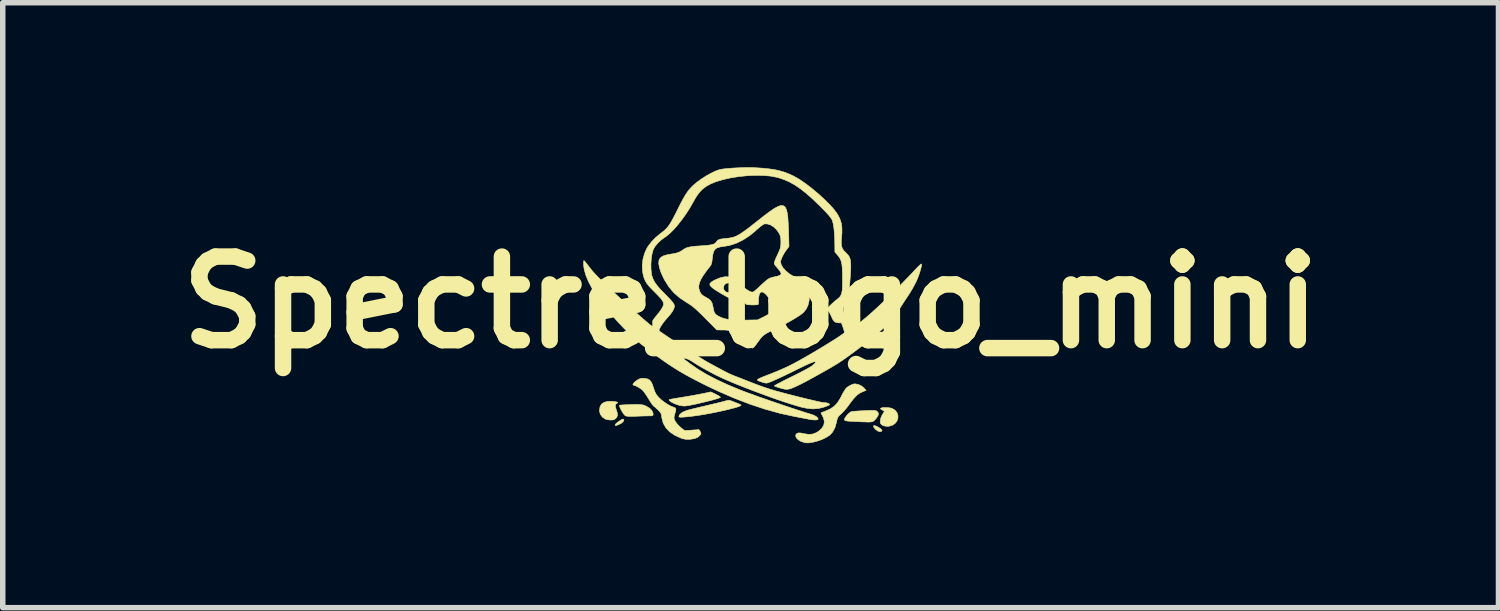
<source format=kicad_pcb>
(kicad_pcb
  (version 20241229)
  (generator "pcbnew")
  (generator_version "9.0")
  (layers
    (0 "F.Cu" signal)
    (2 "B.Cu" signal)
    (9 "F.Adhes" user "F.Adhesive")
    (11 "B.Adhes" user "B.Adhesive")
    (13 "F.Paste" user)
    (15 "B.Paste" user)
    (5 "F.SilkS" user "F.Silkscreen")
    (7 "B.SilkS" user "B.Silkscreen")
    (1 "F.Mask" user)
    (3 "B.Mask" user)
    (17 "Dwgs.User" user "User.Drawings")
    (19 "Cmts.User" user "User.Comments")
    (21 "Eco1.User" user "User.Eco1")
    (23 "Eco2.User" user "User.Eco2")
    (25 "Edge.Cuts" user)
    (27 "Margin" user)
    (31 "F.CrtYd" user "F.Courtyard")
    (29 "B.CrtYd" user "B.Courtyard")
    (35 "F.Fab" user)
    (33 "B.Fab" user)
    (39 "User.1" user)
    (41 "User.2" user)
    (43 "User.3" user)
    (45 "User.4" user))
  (footprint "Spectre_logo_mini"
    (layer "F.Cu")
    (at 10.639 2.464)
    (property "Reference" "Spectre_logo_mini" (at 0 0 0) (layer "F.SilkS") (effects (font (size 1.524 1.524) (thickness 0.3))))
    (attr through_hole)
    (fp_poly (pts (xy -0.346 -0.32) (xy -0.343 -0.305) (xy -0.352 -0.284) (xy -0.371 -0.28) (xy -0.387 -0.292) (xy -0.389 -0.313) (xy -0.372 -0.328) (xy -0.361 -0.33) (xy -0.346 -0.32)) (stroke (width 0.01) (type solid)) (fill yes) (layer "F.SilkS"))
    (fp_poly (pts (xy -2.311 2.145) (xy -2.324 2.176) (xy -2.36 2.207) (xy -2.404 2.228) (xy -2.444 2.244) (xy -2.466 2.246) (xy -2.471 2.237) (xy -2.468 2.228) (xy -2.453 2.21) (xy -2.424 2.185) (xy -2.388 2.16) (xy -2.352 2.138) (xy -2.334 2.13) (xy -2.316 2.13) (xy -2.311 2.145)) (stroke (width 0.01) (type solid)) (fill yes) (layer "F.SilkS"))
    (fp_poly (pts (xy 2.267 2.249) (xy 2.298 2.261) (xy 2.334 2.28) (xy 2.367 2.302) (xy 2.39 2.323) (xy 2.397 2.337) (xy 2.383 2.355) (xy 2.356 2.358) (xy 2.321 2.347) (xy 2.308 2.339) (xy 2.272 2.31) (xy 2.249 2.282) (xy 2.241 2.259) (xy 2.247 2.248) (xy 2.267 2.249)) (stroke (width 0.01) (type solid)) (fill yes) (layer "F.SilkS"))
    (fp_poly (pts (xy -2.48 1.81) (xy -2.443 1.817) (xy -2.425 1.825) (xy -2.428 1.834) (xy -2.435 1.838) (xy -2.461 1.858) (xy -2.467 1.895) (xy -2.454 1.947) (xy -2.451 1.956) (xy -2.432 2.014) (xy -2.428 2.058) (xy -2.439 2.092) (xy -2.457 2.115) (xy -2.484 2.136) (xy -2.518 2.145) (xy -2.549 2.146) (xy -2.595 2.142) (xy -2.637 2.133) (xy -2.649 2.128) (xy -2.703 2.093) (xy -2.74 2.042) (xy -2.756 1.983) (xy -2.756 1.973) (xy -2.747 1.907) (xy -2.72 1.857) (xy -2.673 1.824) (xy -2.608 1.807) (xy -2.533 1.805) (xy -2.48 1.81)) (stroke (width 0.01) (type solid)) (fill yes) (layer "F.SilkS"))
    (fp_poly (pts (xy 2.497 1.92) (xy 2.544 1.925) (xy 2.581 1.935) (xy 2.582 1.935) (xy 2.636 1.969) (xy 2.671 2.014) (xy 2.687 2.064) (xy 2.686 2.116) (xy 2.668 2.166) (xy 2.634 2.209) (xy 2.586 2.241) (xy 2.525 2.259) (xy 2.495 2.261) (xy 2.443 2.256) (xy 2.405 2.241) (xy 2.394 2.233) (xy 2.372 2.212) (xy 2.364 2.19) (xy 2.365 2.154) (xy 2.366 2.15) (xy 2.377 2.104) (xy 2.398 2.056) (xy 2.405 2.045) (xy 2.425 2.014) (xy 2.437 1.993) (xy 2.438 1.988) (xy 2.428 1.979) (xy 2.404 1.964) (xy 2.398 1.961) (xy 2.374 1.946) (xy 2.37 1.935) (xy 2.376 1.929) (xy 2.404 1.921) (xy 2.447 1.918) (xy 2.497 1.92)) (stroke (width 0.01) (type solid)) (fill yes) (layer "F.SilkS"))
    (fp_poly (pts (xy -2.004 1.865) (xy -1.973 1.869) (xy -1.948 1.875) (xy -1.923 1.885) (xy -1.904 1.894) (xy -1.843 1.93) (xy -1.801 1.973) (xy -1.78 2.019) (xy -1.778 2.037) (xy -1.78 2.056) (xy -1.789 2.066) (xy -1.813 2.07) (xy -1.846 2.07) (xy -1.885 2.071) (xy -1.942 2.072) (xy -2.009 2.074) (xy -2.08 2.077) (xy -2.084 2.077) (xy -2.161 2.08) (xy -2.217 2.08) (xy -2.255 2.076) (xy -2.28 2.07) (xy -2.285 2.068) (xy -2.304 2.05) (xy -2.327 2.019) (xy -2.351 1.98) (xy -2.372 1.94) (xy -2.387 1.905) (xy -2.392 1.882) (xy -2.39 1.877) (xy -2.375 1.874) (xy -2.339 1.871) (xy -2.287 1.868) (xy -2.222 1.866) (xy -2.178 1.864) (xy -2.101 1.863) (xy -2.045 1.863) (xy -2.004 1.865)) (stroke (width 0.01) (type solid)) (fill yes) (layer "F.SilkS"))
    (fp_poly (pts (xy -0.636 1.676) (xy -0.594 1.698) (xy -0.564 1.717) (xy -0.55 1.73) (xy -0.55 1.732) (xy -0.564 1.74) (xy -0.598 1.753) (xy -0.65 1.768) (xy -0.714 1.786) (xy -0.788 1.805) (xy -0.866 1.824) (xy -0.945 1.843) (xy -1.021 1.86) (xy -1.09 1.874) (xy -1.148 1.884) (xy -1.191 1.89) (xy -1.209 1.891) (xy -1.252 1.887) (xy -1.296 1.879) (xy -1.345 1.864) (xy -1.394 1.845) (xy -1.437 1.823) (xy -1.469 1.802) (xy -1.486 1.784) (xy -1.485 1.773) (xy -1.471 1.77) (xy -1.436 1.763) (xy -1.385 1.754) (xy -1.319 1.743) (xy -1.245 1.731) (xy -1.238 1.73) (xy -1.151 1.715) (xy -1.061 1.7) (xy -0.977 1.684) (xy -0.904 1.67) (xy -0.861 1.662) (xy -0.726 1.633) (xy -0.636 1.676)) (stroke (width 0.01) (type solid)) (fill yes) (layer "F.SilkS"))
    (fp_poly (pts (xy 2.246 1.971) (xy 2.273 1.974) (xy 2.291 1.978) (xy 2.304 1.986) (xy 2.31 1.99) (xy 2.33 2.02) (xy 2.327 2.058) (xy 2.3 2.104) (xy 2.274 2.135) (xy 2.258 2.151) (xy 2.245 2.163) (xy 2.23 2.172) (xy 2.21 2.178) (xy 2.183 2.182) (xy 2.144 2.183) (xy 2.09 2.181) (xy 2.019 2.179) (xy 1.927 2.174) (xy 1.886 2.172) (xy 1.812 2.169) (xy 1.761 2.164) (xy 1.729 2.158) (xy 1.713 2.148) (xy 1.71 2.135) (xy 1.717 2.116) (xy 1.72 2.11) (xy 1.746 2.072) (xy 1.781 2.033) (xy 1.817 2.004) (xy 1.835 1.994) (xy 1.856 1.99) (xy 1.897 1.986) (xy 1.954 1.982) (xy 2.022 1.978) (xy 2.071 1.976) (xy 2.149 1.972) (xy 2.206 1.971) (xy 2.246 1.971)) (stroke (width 0.01) (type solid)) (fill yes) (layer "F.SilkS"))
    (fp_poly (pts (xy -0.375 1.789) (xy -0.346 1.8) (xy -0.339 1.802) (xy -0.293 1.821) (xy -0.241 1.841) (xy -0.224 1.847) (xy -0.192 1.861) (xy -0.174 1.874) (xy -0.174 1.879) (xy -0.2 1.893) (xy -0.249 1.911) (xy -0.316 1.93) (xy -0.398 1.951) (xy -0.491 1.973) (xy -0.593 1.995) (xy -0.7 2.017) (xy -0.808 2.037) (xy -0.914 2.055) (xy -1.015 2.07) (xy -1.108 2.082) (xy -1.188 2.09) (xy -1.191 2.09) (xy -1.247 2.094) (xy -1.282 2.094) (xy -1.301 2.091) (xy -1.308 2.084) (xy -1.308 2.08) (xy -1.296 2.05) (xy -1.264 2.02) (xy -1.216 1.992) (xy -1.157 1.97) (xy -1.157 1.969) (xy -1.118 1.959) (xy -1.061 1.944) (xy -0.989 1.927) (xy -0.908 1.907) (xy -0.824 1.888) (xy -0.813 1.885) (xy -0.729 1.865) (xy -0.648 1.846) (xy -0.576 1.829) (xy -0.517 1.814) (xy -0.477 1.803) (xy -0.473 1.802) (xy -0.429 1.79) (xy -0.399 1.786) (xy -0.375 1.789)) (stroke (width 0.01) (type solid)) (fill yes) (layer "F.SilkS"))
    (fp_poly (pts (xy 1.965 1.497) (xy 2.026 1.527) (xy 2.064 1.559) (xy 2.106 1.605) (xy 2.034 1.634) (xy 1.988 1.657) (xy 1.944 1.689) (xy 1.898 1.734) (xy 1.848 1.794) (xy 1.789 1.874) (xy 1.787 1.878) (xy 1.747 1.93) (xy 1.702 1.982) (xy 1.661 2.024) (xy 1.651 2.034) (xy 1.616 2.065) (xy 1.595 2.091) (xy 1.581 2.12) (xy 1.571 2.162) (xy 1.567 2.184) (xy 1.538 2.286) (xy 1.493 2.368) (xy 1.445 2.42) (xy 1.39 2.457) (xy 1.319 2.493) (xy 1.238 2.524) (xy 1.157 2.546) (xy 1.155 2.547) (xy 1.095 2.558) (xy 1.052 2.563) (xy 1.015 2.562) (xy 0.976 2.555) (xy 0.97 2.553) (xy 0.914 2.534) (xy 0.868 2.505) (xy 0.836 2.473) (xy 0.822 2.439) (xy 0.826 2.411) (xy 0.844 2.391) (xy 0.873 2.381) (xy 0.917 2.383) (xy 0.978 2.396) (xy 1.061 2.408) (xy 1.132 2.402) (xy 1.2 2.376) (xy 1.238 2.352) (xy 1.298 2.299) (xy 1.334 2.241) (xy 1.345 2.178) (xy 1.331 2.113) (xy 1.313 2.075) (xy 1.295 2.042) (xy 1.285 2.02) (xy 1.284 2.015) (xy 1.298 2.009) (xy 1.328 1.997) (xy 1.353 1.988) (xy 1.447 1.947) (xy 1.522 1.897) (xy 1.583 1.833) (xy 1.635 1.751) (xy 1.657 1.708) (xy 1.684 1.655) (xy 1.713 1.607) (xy 1.738 1.571) (xy 1.748 1.56) (xy 1.788 1.53) (xy 1.835 1.505) (xy 1.88 1.489) (xy 1.901 1.486) (xy 1.965 1.497)) (stroke (width 0.01) (type solid)) (fill yes) (layer "F.SilkS"))
    (fp_poly (pts (xy -1.939 1.387) (xy -1.936 1.387) (xy -1.886 1.395) (xy -1.848 1.413) (xy -1.818 1.444) (xy -1.793 1.492) (xy -1.77 1.561) (xy -1.75 1.62) (xy -1.73 1.663) (xy -1.704 1.701) (xy -1.672 1.737) (xy -1.624 1.782) (xy -1.566 1.826) (xy -1.505 1.866) (xy -1.448 1.896) (xy -1.405 1.912) (xy -1.376 1.924) (xy -1.363 1.944) (xy -1.366 1.978) (xy -1.377 2.015) (xy -1.389 2.058) (xy -1.396 2.097) (xy -1.397 2.109) (xy -1.387 2.146) (xy -1.36 2.191) (xy -1.321 2.239) (xy -1.272 2.285) (xy -1.258 2.296) (xy -1.202 2.339) (xy -1.072 2.33) (xy -0.942 2.321) (xy -0.921 2.354) (xy -0.907 2.38) (xy -0.908 2.399) (xy -0.919 2.419) (xy -0.959 2.458) (xy -1.019 2.484) (xy -1.099 2.497) (xy -1.111 2.498) (xy -1.181 2.498) (xy -1.239 2.487) (xy -1.265 2.478) (xy -1.382 2.425) (xy -1.475 2.362) (xy -1.546 2.287) (xy -1.594 2.202) (xy -1.619 2.106) (xy -1.62 2.097) (xy -1.626 2.053) (xy -1.637 2.022) (xy -1.656 1.995) (xy -1.689 1.961) (xy -1.691 1.959) (xy -1.726 1.927) (xy -1.755 1.901) (xy -1.772 1.889) (xy -1.786 1.874) (xy -1.809 1.842) (xy -1.837 1.798) (xy -1.86 1.76) (xy -1.893 1.707) (xy -1.927 1.657) (xy -1.956 1.618) (xy -1.97 1.603) (xy -2.002 1.576) (xy -2.044 1.55) (xy -2.086 1.527) (xy -2.12 1.514) (xy -2.133 1.511) (xy -2.147 1.504) (xy -2.142 1.487) (xy -2.124 1.463) (xy -2.094 1.436) (xy -2.063 1.415) (xy -2.022 1.394) (xy -1.986 1.386) (xy -1.939 1.387)) (stroke (width 0.01) (type solid)) (fill yes) (layer "F.SilkS"))
    (fp_poly (pts (xy 0.593 -1.764) (xy 0.626 -1.743) (xy 0.65 -1.7) (xy 0.667 -1.636) (xy 0.679 -1.55) (xy 0.686 -1.442) (xy 0.692 -1.311) (xy 0.693 -1.281) (xy 0.7 -1.019) (xy 0.653 -0.957) (xy 0.616 -0.903) (xy 0.584 -0.846) (xy 0.56 -0.792) (xy 0.547 -0.75) (xy 0.546 -0.739) (xy 0.558 -0.687) (xy 0.59 -0.631) (xy 0.641 -0.575) (xy 0.706 -0.521) (xy 0.782 -0.474) (xy 0.806 -0.462) (xy 0.851 -0.441) (xy 0.888 -0.426) (xy 0.91 -0.419) (xy 0.912 -0.419) (xy 0.95 -0.409) (xy 0.992 -0.382) (xy 1.03 -0.346) (xy 1.056 -0.308) (xy 1.069 -0.278) (xy 1.076 -0.248) (xy 1.079 -0.212) (xy 1.078 -0.161) (xy 1.076 -0.129) (xy 1.066 -0.026) (xy 1.045 0.057) (xy 1.012 0.125) (xy 0.966 0.182) (xy 0.962 0.186) (xy 0.924 0.217) (xy 0.866 0.257) (xy 0.792 0.302) (xy 0.704 0.353) (xy 0.607 0.405) (xy 0.503 0.459) (xy 0.414 0.502) (xy 0.342 0.537) (xy 0.288 0.566) (xy 0.247 0.593) (xy 0.212 0.623) (xy 0.179 0.66) (xy 0.143 0.709) (xy 0.121 0.74) (xy 0.09 0.781) (xy 0.062 0.814) (xy 0.042 0.832) (xy 0.037 0.834) (xy 0.019 0.828) (xy -0.011 0.809) (xy -0.043 0.784) (xy -0.08 0.751) (xy -0.128 0.708) (xy -0.179 0.662) (xy -0.205 0.638) (xy -0.265 0.584) (xy -0.315 0.547) (xy -0.362 0.523) (xy -0.411 0.51) (xy -0.47 0.504) (xy -0.508 0.504) (xy -0.616 0.503) (xy -0.826 0.292) (xy -0.897 0.221) (xy -0.955 0.165) (xy -1.003 0.121) (xy -1.045 0.085) (xy -1.086 0.054) (xy -1.129 0.025) (xy -1.175 -0.003) (xy -1.299 -0.087) (xy -1.403 -0.178) (xy -1.49 -0.282) (xy -1.499 -0.297) (xy -0.946 -0.297) (xy -0.942 -0.246) (xy -0.927 -0.197) (xy -0.921 -0.184) (xy -0.898 -0.149) (xy -0.866 -0.121) (xy -0.82 -0.095) (xy -0.764 -0.062) (xy -0.726 -0.028) (xy -0.702 0.016) (xy -0.687 0.077) (xy -0.683 0.096) (xy -0.671 0.156) (xy -0.654 0.197) (xy -0.627 0.227) (xy -0.587 0.252) (xy -0.582 0.255) (xy -0.525 0.281) (xy -0.464 0.3) (xy -0.394 0.313) (xy -0.313 0.321) (xy -0.214 0.324) (xy -0.112 0.324) (xy 0.126 0.32) (xy 0.231 0.269) (xy 0.283 0.242) (xy 0.33 0.216) (xy 0.364 0.194) (xy 0.372 0.188) (xy 0.408 0.159) (xy 0.387 0.063) (xy 0.372 0.002) (xy 0.355 -0.043) (xy 0.332 -0.082) (xy 0.297 -0.125) (xy 0.283 -0.141) (xy 0.241 -0.178) (xy 0.206 -0.191) (xy 0.178 -0.18) (xy 0.158 -0.146) (xy 0.147 -0.089) (xy 0.145 -0.057) (xy 0.144 -0.014) (xy 0.143 0.02) (xy 0.142 0.034) (xy 0.13 0.042) (xy 0.097 0.046) (xy 0.04 0.047) (xy 0.029 0.047) (xy -0.024 0.045) (xy -0.058 0.042) (xy -0.08 0.036) (xy -0.094 0.024) (xy -0.109 0.004) (xy -0.111 0.001) (xy -0.13 -0.037) (xy -0.134 -0.076) (xy -0.132 -0.089) (xy -0.13 -0.142) (xy -0.143 -0.175) (xy -0.17 -0.189) (xy -0.206 -0.183) (xy -0.25 -0.155) (xy -0.283 -0.126) (xy -0.324 -0.088) (xy -0.353 -0.07) (xy -0.367 -0.07) (xy -0.398 -0.084) (xy -0.445 -0.109) (xy -0.501 -0.14) (xy -0.559 -0.174) (xy -0.614 -0.208) (xy -0.659 -0.237) (xy -0.68 -0.252) (xy -0.697 -0.267) (xy -0.495 -0.267) (xy -0.485 -0.226) (xy -0.457 -0.195) (xy -0.42 -0.179) (xy -0.379 -0.179) (xy -0.342 -0.197) (xy -0.336 -0.203) (xy -0.315 -0.243) (xy -0.314 -0.284) (xy -0.332 -0.321) (xy -0.364 -0.347) (xy -0.402 -0.356) (xy -0.448 -0.345) (xy -0.481 -0.316) (xy -0.495 -0.274) (xy -0.495 -0.267) (xy -0.697 -0.267) (xy -0.722 -0.287) (xy -0.743 -0.317) (xy -0.741 -0.343) (xy -0.717 -0.369) (xy -0.669 -0.399) (xy -0.647 -0.41) (xy -0.555 -0.448) (xy -0.47 -0.467) (xy -0.394 -0.465) (xy -0.364 -0.458) (xy -0.336 -0.443) (xy -0.296 -0.415) (xy -0.249 -0.378) (xy -0.213 -0.347) (xy -0.14 -0.284) (xy -0.076 -0.236) (xy -0.021 -0.203) (xy 0.02 -0.187) (xy 0.04 -0.187) (xy 0.059 -0.198) (xy 0.091 -0.223) (xy 0.132 -0.258) (xy 0.169 -0.293) (xy 0.228 -0.348) (xy 0.273 -0.388) (xy 0.308 -0.416) (xy 0.339 -0.436) (xy 0.369 -0.448) (xy 0.403 -0.458) (xy 0.434 -0.465) (xy 0.498 -0.48) (xy 0.538 -0.496) (xy 0.556 -0.515) (xy 0.552 -0.541) (xy 0.529 -0.577) (xy 0.501 -0.612) (xy 0.47 -0.649) (xy 0.445 -0.68) (xy 0.432 -0.699) (xy 0.431 -0.719) (xy 0.442 -0.756) (xy 0.465 -0.813) (xy 0.486 -0.858) (xy 0.514 -0.919) (xy 0.533 -0.964) (xy 0.544 -1) (xy 0.549 -1.034) (xy 0.552 -1.074) (xy 0.552 -1.099) (xy 0.551 -1.154) (xy 0.546 -1.193) (xy 0.535 -1.228) (xy 0.516 -1.266) (xy 0.514 -1.269) (xy 0.472 -1.328) (xy 0.419 -1.377) (xy 0.361 -1.413) (xy 0.302 -1.431) (xy 0.248 -1.43) (xy 0.227 -1.418) (xy 0.192 -1.393) (xy 0.148 -1.357) (xy 0.099 -1.314) (xy 0.093 -1.308) (xy -0.018 -1.216) (xy -0.137 -1.139) (xy -0.259 -1.079) (xy -0.38 -1.039) (xy -0.476 -1.022) (xy -0.554 -1.011) (xy -0.611 -0.994) (xy -0.65 -0.967) (xy -0.675 -0.925) (xy -0.69 -0.866) (xy -0.698 -0.806) (xy -0.705 -0.744) (xy -0.715 -0.701) (xy -0.729 -0.672) (xy -0.735 -0.663) (xy -0.811 -0.566) (xy -0.869 -0.483) (xy -0.91 -0.413) (xy -0.935 -0.351) (xy -0.946 -0.297) (xy -1.499 -0.297) (xy -1.566 -0.403) (xy -1.588 -0.444) (xy -1.635 -0.548) (xy -1.664 -0.637) (xy -1.676 -0.711) (xy -1.67 -0.769) (xy -1.657 -0.797) (xy -1.626 -0.828) (xy -1.58 -0.852) (xy -1.516 -0.869) (xy -1.471 -0.877) (xy -1.394 -0.89) (xy -1.336 -0.904) (xy -1.291 -0.922) (xy -1.253 -0.944) (xy -1.248 -0.948) (xy -1.209 -0.974) (xy -1.17 -0.994) (xy -1.125 -1.007) (xy -1.068 -1.017) (xy -0.996 -1.025) (xy -0.927 -1.029) (xy -0.834 -1.036) (xy -0.762 -1.043) (xy -0.708 -1.052) (xy -0.67 -1.064) (xy -0.644 -1.08) (xy -0.627 -1.1) (xy -0.608 -1.124) (xy -0.585 -1.141) (xy -0.553 -1.152) (xy -0.505 -1.16) (xy -0.438 -1.167) (xy -0.438 -1.167) (xy -0.388 -1.173) (xy -0.343 -1.181) (xy -0.299 -1.193) (xy -0.254 -1.212) (xy -0.205 -1.238) (xy -0.15 -1.274) (xy -0.085 -1.32) (xy -0.007 -1.379) (xy 0.085 -1.452) (xy 0.135 -1.491) (xy 0.25 -1.582) (xy 0.348 -1.655) (xy 0.43 -1.711) (xy 0.497 -1.748) (xy 0.551 -1.766) (xy 0.593 -1.764)) (stroke (width 0.01) (type solid)) (fill yes) (layer "F.SilkS"))
    (fp_poly (pts (xy 0.022 -2.459) (xy 0.057 -2.457) (xy 0.2 -2.448) (xy 0.322 -2.436) (xy 0.427 -2.422) (xy 0.519 -2.402) (xy 0.604 -2.378) (xy 0.685 -2.348) (xy 0.767 -2.311) (xy 0.781 -2.304) (xy 0.881 -2.248) (xy 0.992 -2.173) (xy 1.111 -2.083) (xy 1.235 -1.979) (xy 1.349 -1.875) (xy 1.447 -1.778) (xy 1.524 -1.69) (xy 1.583 -1.609) (xy 1.625 -1.53) (xy 1.652 -1.45) (xy 1.665 -1.366) (xy 1.666 -1.274) (xy 1.661 -1.214) (xy 1.654 -1.131) (xy 1.654 -1.068) (xy 1.66 -1.019) (xy 1.675 -0.98) (xy 1.699 -0.944) (xy 1.735 -0.908) (xy 1.767 -0.875) (xy 1.792 -0.843) (xy 1.81 -0.807) (xy 1.821 -0.763) (xy 1.826 -0.708) (xy 1.827 -0.638) (xy 1.823 -0.55) (xy 1.818 -0.47) (xy 1.811 -0.383) (xy 1.806 -0.314) (xy 1.799 -0.26) (xy 1.791 -0.213) (xy 1.78 -0.169) (xy 1.765 -0.122) (xy 1.746 -0.065) (xy 1.734 -0.032) (xy 1.712 0.032) (xy 1.699 0.08) (xy 1.693 0.118) (xy 1.694 0.153) (xy 1.694 0.157) (xy 1.707 0.209) (xy 1.733 0.272) (xy 1.767 0.337) (xy 1.805 0.392) (xy 1.822 0.422) (xy 1.829 0.446) (xy 1.834 0.466) (xy 1.84 0.47) (xy 1.854 0.463) (xy 1.884 0.443) (xy 1.926 0.415) (xy 1.977 0.379) (xy 1.99 0.37) (xy 2.05 0.323) (xy 2.125 0.26) (xy 2.212 0.184) (xy 2.308 0.096) (xy 2.412 -0.001) (xy 2.52 -0.105) (xy 2.631 -0.213) (xy 2.74 -0.323) (xy 2.847 -0.432) (xy 2.949 -0.538) (xy 3.019 -0.613) (xy 3.056 -0.652) (xy 3.088 -0.682) (xy 3.109 -0.699) (xy 3.117 -0.7) (xy 3.118 -0.679) (xy 3.111 -0.64) (xy 3.097 -0.588) (xy 3.078 -0.527) (xy 3.055 -0.463) (xy 3.029 -0.401) (xy 3.02 -0.38) (xy 2.987 -0.316) (xy 2.947 -0.243) (xy 2.904 -0.172) (xy 2.882 -0.137) (xy 2.839 -0.073) (xy 2.79 0.002) (xy 2.742 0.076) (xy 2.715 0.117) (xy 2.632 0.234) (xy 2.535 0.352) (xy 2.431 0.463) (xy 2.327 0.558) (xy 2.323 0.561) (xy 2.215 0.65) (xy 2.101 0.74) (xy 1.987 0.829) (xy 1.876 0.912) (xy 1.773 0.988) (xy 1.681 1.053) (xy 1.619 1.094) (xy 1.563 1.13) (xy 1.489 1.174) (xy 1.403 1.224) (xy 1.309 1.277) (xy 1.212 1.331) (xy 1.116 1.384) (xy 1.028 1.432) (xy 0.95 1.473) (xy 0.888 1.504) (xy 0.876 1.51) (xy 0.804 1.543) (xy 0.749 1.567) (xy 0.705 1.581) (xy 0.668 1.586) (xy 0.631 1.585) (xy 0.59 1.576) (xy 0.543 1.564) (xy 0.495 1.549) (xy 0.456 1.535) (xy 0.435 1.526) (xy 0.432 1.523) (xy 0.443 1.515) (xy 0.474 1.497) (xy 0.522 1.472) (xy 0.584 1.439) (xy 0.658 1.402) (xy 0.741 1.361) (xy 0.765 1.349) (xy 0.877 1.293) (xy 0.966 1.247) (xy 1.037 1.209) (xy 1.09 1.178) (xy 1.127 1.153) (xy 1.148 1.135) (xy 1.176 1.107) (xy 1.186 1.092) (xy 1.183 1.085) (xy 1.169 1.082) (xy 1.149 1.086) (xy 1.108 1.101) (xy 1.051 1.125) (xy 0.98 1.158) (xy 0.897 1.198) (xy 0.885 1.204) (xy 0.743 1.274) (xy 0.623 1.332) (xy 0.523 1.379) (xy 0.442 1.416) (xy 0.379 1.444) (xy 0.332 1.462) (xy 0.301 1.471) (xy 0.289 1.473) (xy 0.258 1.469) (xy 0.216 1.457) (xy 0.182 1.446) (xy 0.143 1.431) (xy 0.125 1.42) (xy 0.123 1.411) (xy 0.134 1.402) (xy 0.155 1.39) (xy 0.194 1.372) (xy 0.245 1.351) (xy 0.291 1.333) (xy 0.392 1.294) (xy 0.474 1.261) (xy 0.543 1.232) (xy 0.604 1.205) (xy 0.663 1.178) (xy 0.724 1.148) (xy 0.794 1.112) (xy 0.861 1.076) (xy 0.938 1.033) (xy 1.023 0.985) (xy 1.114 0.932) (xy 1.206 0.877) (xy 1.299 0.822) (xy 1.388 0.767) (xy 1.472 0.715) (xy 1.547 0.668) (xy 1.611 0.626) (xy 1.661 0.592) (xy 1.695 0.567) (xy 1.71 0.553) (xy 1.71 0.552) (xy 1.709 0.534) (xy 1.7 0.499) (xy 1.686 0.456) (xy 1.657 0.375) (xy 1.604 0.374) (xy 1.557 0.367) (xy 1.522 0.345) (xy 1.494 0.303) (xy 1.479 0.269) (xy 1.459 0.224) (xy 1.435 0.181) (xy 1.427 0.169) (xy 1.408 0.141) (xy 1.398 0.121) (xy 1.397 0.118) (xy 1.406 0.103) (xy 1.43 0.077) (xy 1.465 0.043) (xy 1.505 0.006) (xy 1.547 -0.03) (xy 1.572 -0.05) (xy 1.606 -0.078) (xy 1.632 -0.105) (xy 1.65 -0.136) (xy 1.663 -0.175) (xy 1.671 -0.224) (xy 1.675 -0.29) (xy 1.676 -0.375) (xy 1.676 -0.422) (xy 1.675 -0.529) (xy 1.672 -0.614) (xy 1.666 -0.682) (xy 1.656 -0.736) (xy 1.641 -0.779) (xy 1.622 -0.816) (xy 1.596 -0.85) (xy 1.589 -0.858) (xy 1.537 -0.918) (xy 1.536 -1.04) (xy 1.534 -1.159) (xy 1.528 -1.268) (xy 1.518 -1.363) (xy 1.505 -1.44) (xy 1.489 -1.496) (xy 1.484 -1.509) (xy 1.46 -1.546) (xy 1.417 -1.598) (xy 1.354 -1.666) (xy 1.272 -1.749) (xy 1.258 -1.763) (xy 1.132 -1.884) (xy 1.018 -1.985) (xy 0.912 -2.069) (xy 0.811 -2.138) (xy 0.713 -2.193) (xy 0.614 -2.237) (xy 0.512 -2.272) (xy 0.476 -2.281) (xy 0.362 -2.303) (xy 0.229 -2.314) (xy 0.085 -2.316) (xy -0.067 -2.309) (xy -0.22 -2.293) (xy -0.37 -2.269) (xy -0.51 -2.237) (xy -0.637 -2.198) (xy -0.731 -2.159) (xy -0.809 -2.116) (xy -0.875 -2.067) (xy -0.933 -2.007) (xy -0.988 -1.932) (xy -1.043 -1.838) (xy -1.054 -1.817) (xy -1.112 -1.716) (xy -1.178 -1.614) (xy -1.25 -1.513) (xy -1.324 -1.418) (xy -1.398 -1.333) (xy -1.469 -1.262) (xy -1.534 -1.207) (xy -1.562 -1.188) (xy -1.629 -1.14) (xy -1.69 -1.083) (xy -1.74 -1.024) (xy -1.773 -0.968) (xy -1.777 -0.959) (xy -1.798 -0.882) (xy -1.812 -0.789) (xy -1.818 -0.691) (xy -1.816 -0.595) (xy -1.806 -0.511) (xy -1.798 -0.477) (xy -1.777 -0.42) (xy -1.747 -0.364) (xy -1.704 -0.305) (xy -1.647 -0.238) (xy -1.572 -0.162) (xy -1.563 -0.152) (xy -1.513 -0.102) (xy -1.468 -0.054) (xy -1.432 -0.013) (xy -1.409 0.016) (xy -1.404 0.024) (xy -1.392 0.051) (xy -1.389 0.073) (xy -1.395 0.101) (xy -1.404 0.125) (xy -1.427 0.167) (xy -1.464 0.219) (xy -1.511 0.273) (xy -1.554 0.322) (xy -1.594 0.373) (xy -1.628 0.422) (xy -1.654 0.466) (xy -1.668 0.5) (xy -1.669 0.519) (xy -1.668 0.52) (xy -1.647 0.536) (xy -1.607 0.564) (xy -1.552 0.601) (xy -1.485 0.646) (xy -1.407 0.697) (xy -1.324 0.752) (xy -1.236 0.808) (xy -1.149 0.865) (xy -1.063 0.919) (xy -0.984 0.97) (xy -0.913 1.014) (xy -0.853 1.051) (xy -0.808 1.078) (xy -0.794 1.086) (xy -0.679 1.149) (xy -0.584 1.2) (xy -0.506 1.242) (xy -0.441 1.276) (xy -0.388 1.302) (xy -0.343 1.322) (xy -0.304 1.338) (xy -0.296 1.341) (xy -0.253 1.358) (xy -0.193 1.381) (xy -0.123 1.409) (xy -0.05 1.437) (xy -0.025 1.447) (xy 0.059 1.48) (xy 0.155 1.516) (xy 0.251 1.55) (xy 0.336 1.578) (xy 0.341 1.58) (xy 0.401 1.598) (xy 0.476 1.62) (xy 0.563 1.643) (xy 0.658 1.669) (xy 0.759 1.695) (xy 0.861 1.721) (xy 0.962 1.746) (xy 1.058 1.769) (xy 1.146 1.79) (xy 1.221 1.807) (xy 1.282 1.82) (xy 1.323 1.827) (xy 1.34 1.829) (xy 1.381 1.832) (xy 1.415 1.841) (xy 1.437 1.853) (xy 1.441 1.866) (xy 1.439 1.868) (xy 1.421 1.878) (xy 1.387 1.893) (xy 1.342 1.909) (xy 1.334 1.912) (xy 1.237 1.936) (xy 1.136 1.943) (xy 1.026 1.932) (xy 0.929 1.912) (xy 0.84 1.887) (xy 0.733 1.854) (xy 0.61 1.814) (xy 0.474 1.768) (xy 0.331 1.717) (xy 0.184 1.663) (xy 0.036 1.608) (xy -0.108 1.552) (xy -0.246 1.497) (xy -0.372 1.445) (xy -0.483 1.397) (xy -0.552 1.365) (xy -0.631 1.327) (xy -0.718 1.282) (xy -0.806 1.234) (xy -0.892 1.186) (xy -0.968 1.141) (xy -1.029 1.102) (xy -1.051 1.087) (xy -1.095 1.06) (xy -1.14 1.038) (xy -1.18 1.023) (xy -1.208 1.019) (xy -1.217 1.022) (xy -1.216 1.035) (xy -1.212 1.039) (xy -1.197 1.05) (xy -1.167 1.072) (xy -1.127 1.102) (xy -1.105 1.119) (xy -0.961 1.219) (xy -0.801 1.315) (xy -0.623 1.408) (xy -0.425 1.5) (xy -0.205 1.592) (xy -0.102 1.632) (xy -0.027 1.659) (xy 0.064 1.692) (xy 0.166 1.729) (xy 0.277 1.768) (xy 0.394 1.808) (xy 0.512 1.848) (xy 0.628 1.888) (xy 0.739 1.925) (xy 0.842 1.959) (xy 0.932 1.988) (xy 1.007 2.012) (xy 1.063 2.029) (xy 1.079 2.034) (xy 1.146 2.056) (xy 1.196 2.082) (xy 1.225 2.109) (xy 1.232 2.129) (xy 1.22 2.14) (xy 1.19 2.145) (xy 1.147 2.144) (xy 1.097 2.139) (xy 1.06 2.132) (xy 1.031 2.125) (xy 0.982 2.116) (xy 0.918 2.104) (xy 0.847 2.09) (xy 0.8 2.081) (xy 0.543 2.026) (xy 0.273 1.951) (xy -0.006 1.859) (xy -0.291 1.75) (xy -0.578 1.626) (xy -0.806 1.518) (xy -0.948 1.447) (xy -1.075 1.381) (xy -1.19 1.318) (xy -1.299 1.255) (xy -1.404 1.19) (xy -1.51 1.12) (xy -1.62 1.044) (xy -1.738 0.957) (xy -1.869 0.859) (xy -1.991 0.766) (xy -2.097 0.679) (xy -2.21 0.574) (xy -2.328 0.455) (xy -2.446 0.328) (xy -2.561 0.196) (xy -2.669 0.064) (xy -2.766 -0.065) (xy -2.849 -0.186) (xy -2.898 -0.266) (xy -2.959 -0.383) (xy -3.005 -0.494) (xy -3.034 -0.596) (xy -3.045 -0.67) (xy -3.047 -0.714) (xy -3.045 -0.747) (xy -3.041 -0.761) (xy -3.04 -0.762) (xy -3.029 -0.752) (xy -3.006 -0.725) (xy -2.975 -0.686) (xy -2.941 -0.642) (xy -2.902 -0.592) (xy -2.852 -0.535) (xy -2.789 -0.468) (xy -2.711 -0.389) (xy -2.616 -0.297) (xy -2.561 -0.245) (xy -2.486 -0.174) (xy -2.404 -0.098) (xy -2.319 -0.02) (xy -2.234 0.058) (xy -2.149 0.134) (xy -2.069 0.206) (xy -1.995 0.271) (xy -1.929 0.329) (xy -1.874 0.375) (xy -1.832 0.41) (xy -1.806 0.429) (xy -1.802 0.432) (xy -1.789 0.436) (xy -1.785 0.426) (xy -1.787 0.396) (xy -1.787 0.39) (xy -1.789 0.356) (xy -1.782 0.33) (xy -1.763 0.301) (xy -1.746 0.279) (xy -1.681 0.199) (xy -1.633 0.135) (xy -1.603 0.084) (xy -1.589 0.046) (xy -1.587 0.033) (xy -1.59 0.009) (xy -1.599 -0.015) (xy -1.616 -0.043) (xy -1.644 -0.078) (xy -1.686 -0.123) (xy -1.743 -0.181) (xy -1.769 -0.207) (xy -1.836 -0.276) (xy -1.886 -0.336) (xy -1.921 -0.393) (xy -1.945 -0.451) (xy -1.962 -0.517) (xy -1.969 -0.555) (xy -1.976 -0.667) (xy -1.964 -0.782) (xy -1.934 -0.893) (xy -1.889 -0.992) (xy -1.864 -1.031) (xy -1.802 -1.11) (xy -1.735 -1.179) (xy -1.656 -1.246) (xy -1.637 -1.26) (xy -1.593 -1.294) (xy -1.556 -1.326) (xy -1.524 -1.359) (xy -1.494 -1.397) (xy -1.463 -1.443) (xy -1.43 -1.5) (xy -1.392 -1.572) (xy -1.346 -1.662) (xy -1.325 -1.706) (xy -1.272 -1.809) (xy -1.227 -1.894) (xy -1.187 -1.962) (xy -1.149 -2.018) (xy -1.112 -2.066) (xy -1.071 -2.109) (xy -1.045 -2.135) (xy -0.976 -2.193) (xy -0.895 -2.251) (xy -0.81 -2.306) (xy -0.724 -2.354) (xy -0.643 -2.393) (xy -0.573 -2.418) (xy -0.55 -2.424) (xy -0.495 -2.433) (xy -0.421 -2.441) (xy -0.334 -2.448) (xy -0.24 -2.453) (xy -0.145 -2.457) (xy -0.056 -2.459) (xy 0.022 -2.459)) (stroke (width 0.01) (type solid)) (fill yes) (layer "F.SilkS")))
  (gr_rect
    (start -3 -3)
    (end 24.278 8.032)
    (stroke (width 0.1) (type default))
    (fill no)
    (layer "Edge.Cuts")))
</source>
